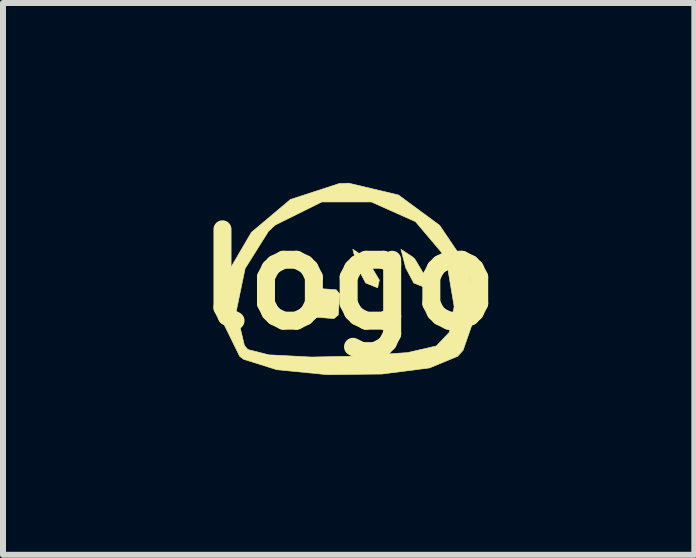
<source format=kicad_pcb>
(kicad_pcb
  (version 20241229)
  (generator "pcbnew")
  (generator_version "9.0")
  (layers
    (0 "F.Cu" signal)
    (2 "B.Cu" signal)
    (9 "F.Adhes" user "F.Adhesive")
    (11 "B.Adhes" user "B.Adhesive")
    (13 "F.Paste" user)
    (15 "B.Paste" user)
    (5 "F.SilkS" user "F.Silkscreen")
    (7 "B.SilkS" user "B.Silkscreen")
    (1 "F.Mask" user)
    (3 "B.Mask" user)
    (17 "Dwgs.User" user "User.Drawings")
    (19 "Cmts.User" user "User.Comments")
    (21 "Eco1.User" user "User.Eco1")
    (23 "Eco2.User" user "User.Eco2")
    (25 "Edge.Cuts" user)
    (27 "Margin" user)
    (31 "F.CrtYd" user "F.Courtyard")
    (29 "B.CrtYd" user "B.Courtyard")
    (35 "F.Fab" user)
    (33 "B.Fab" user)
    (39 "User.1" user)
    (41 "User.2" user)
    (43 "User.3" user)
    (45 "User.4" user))
  (footprint "logo"
    (layer "F.Cu")
    (at 2.765 1.609)
    (property "Reference" "logo" (at 0 0 0) (layer "F.SilkS") (effects (font (size 1.524 1.524) (thickness 0.3))))
    (attr through_hole)
    (fp_poly (pts (xy 0.265 -0.373) (xy 0.301 -0.339) (xy 0.512 0.012) (xy 0.483 0.141) (xy 0.284 0.061) (xy 0.151 -0.189) (xy 0.069 -0.501) (xy 0.265 -0.373)) (stroke (width 0.01) (type solid)) (fill yes) (layer "F.SilkS"))
    (fp_poly (pts (xy 1.067 -0.373) (xy 1.103 -0.339) (xy 1.314 0.012) (xy 1.285 0.141) (xy 1.086 0.061) (xy 0.953 -0.189) (xy 0.872 -0.501) (xy 1.067 -0.373)) (stroke (width 0.01) (type solid)) (fill yes) (layer "F.SilkS"))
    (fp_poly (pts (xy -0.208 0.174) (xy -0.148 0.245) (xy -0.174 0.594) (xy -0.245 0.654) (xy -0.594 0.628) (xy -0.654 0.558) (xy -0.628 0.208) (xy -0.558 0.148) (xy -0.208 0.174)) (stroke (width 0.01) (type solid)) (fill yes) (layer "F.SilkS"))
    (fp_poly (pts (xy 0.83 -1.407) (xy 1.517 -0.901) (xy 1.98 -0.215) (xy 2.138 0.522) (xy 1.909 1.181) (xy 1.818 1.283) (xy 1.349 1.477) (xy 0.555 1.579) (xy -0.362 1.589) (xy -1.199 1.507) (xy -1.755 1.332) (xy -1.818 1.283) (xy -2.127 0.653) (xy -2.112 0.532) (xy -1.875 0.532) (xy -1.739 1.102) (xy -1.682 1.17) (xy -1.332 1.259) (xy -0.619 1.296) (xy 0.094 1.281) (xy 0.979 1.222) (xy 1.463 1.111) (xy 1.678 0.883) (xy 1.757 0.47) (xy 1.759 0.451) (xy 1.622 -0.363) (xy 1.115 -0.962) (xy 0.378 -1.291) (xy -0.449 -1.291) (xy -1.225 -0.906) (xy -1.337 -0.802) (xy -1.727 -0.181) (xy -1.875 0.532) (xy -2.112 0.532) (xy -2.035 -0.079) (xy -1.622 -0.784) (xy -0.97 -1.333) (xy -0.16 -1.597) (xy 0 -1.604) (xy 0.83 -1.407)) (stroke (width 0.01) (type solid)) (fill yes) (layer "F.SilkS")))
  (gr_rect
    (start -3 -3)
    (end 8.53 6.203)
    (stroke (width 0.1) (type default))
    (fill no)
    (layer "Edge.Cuts")))
</source>
